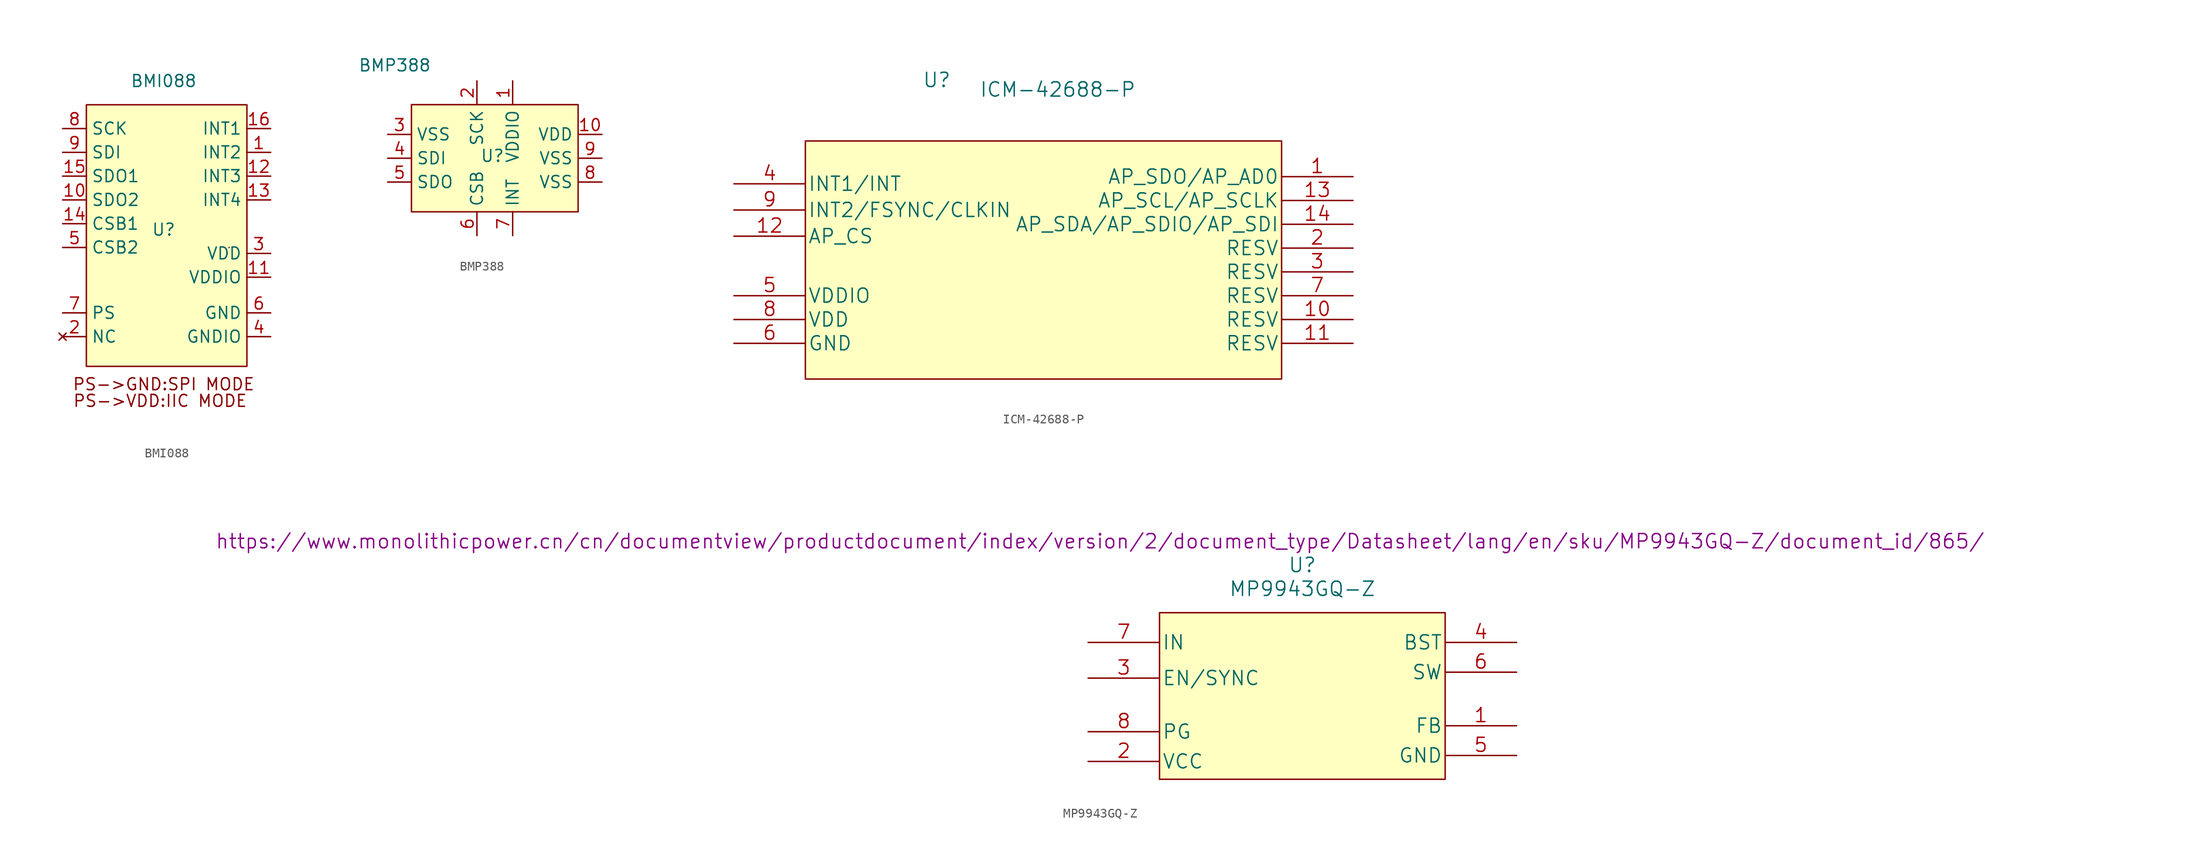
<source format=kicad_sym>
(kicad_symbol_lib
  (version 20220914)
  (generator kicad_symbol_editor)
  (symbol "BMI088"
    (property "Reference" "U"
      (at -0.635 0 0)
      (effects (font (size 1.27 1.27))))
    (property "Value" "BMI088"
      (at -0.635 15.875 0)
      (effects (font (size 1.27 1.27))))
    (symbol "BMI088_0_0"
      (text "PS->GND:SPI MODE" (at -0.635 -16.51 0) (effects (font (size 1.27 1.27))))
      (text "PS->VDD:IIC MODE" (at -1.016 -18.288 0) (effects (font (size 1.27 1.27)))))
    (symbol "BMI088_0_1"
      (rectangle (start 6.35 -1.905) (end 6.35 -1.905) (stroke (width 0) (type default)) (fill (type none)))
      (rectangle (start 8.255 13.335) (end -8.89 -14.605) (stroke (width 0) (type default)) (fill (type background))))
    (symbol "BMI088_1_1"
      (pin output line (at 10.795 8.255 180) (length 2.54) (name "INT2" (effects (font (size 1.27 1.27)))) (number "1" (effects (font (size 1.27 1.27)))))
      (pin bidirectional line (at -11.43 3.175 0) (length 2.54) (name "SDO2" (effects (font (size 1.27 1.27)))) (number "10" (effects (font (size 1.27 1.27)))))
      (pin input line (at 10.795 -5.08 180) (length 2.54) (name "VDDIO" (effects (font (size 1.27 1.27)))) (number "11" (effects (font (size 1.27 1.27)))))
      (pin output line (at 10.795 5.715 180) (length 2.54) (name "INT3" (effects (font (size 1.27 1.27)))) (number "12" (effects (font (size 1.27 1.27)))))
      (pin output line (at 10.795 3.175 180) (length 2.54) (name "INT4" (effects (font (size 1.27 1.27)))) (number "13" (effects (font (size 1.27 1.27)))))
      (pin input line (at -11.43 0.635 0) (length 2.54) (name "CSB1" (effects (font (size 1.27 1.27)))) (number "14" (effects (font (size 1.27 1.27)))))
      (pin bidirectional line (at -11.43 5.715 0) (length 2.54) (name "SDO1" (effects (font (size 1.27 1.27)))) (number "15" (effects (font (size 1.27 1.27)))))
      (pin output line (at 10.795 10.795 180) (length 2.54) (name "INT1" (effects (font (size 1.27 1.27)))) (number "16" (effects (font (size 1.27 1.27)))))
      (pin no_connect line (at -11.43 -11.43 0) (length 2.54) (name "NC" (effects (font (size 1.27 1.27)))) (number "2" (effects (font (size 1.27 1.27)))))
      (pin input line (at 10.795 -2.54 180) (length 2.54) (name "VDD" (effects (font (size 1.27 1.27)))) (number "3" (effects (font (size 1.27 1.27)))))
      (pin input line (at 10.795 -11.43 180) (length 2.54) (name "GNDIO" (effects (font (size 1.27 1.27)))) (number "4" (effects (font (size 1.27 1.27)))))
      (pin input line (at -11.43 -1.905 0) (length 2.54) (name "CSB2" (effects (font (size 1.27 1.27)))) (number "5" (effects (font (size 1.27 1.27)))))
      (pin input line (at 10.795 -8.89 180) (length 2.54) (name "GND" (effects (font (size 1.27 1.27)))) (number "6" (effects (font (size 1.27 1.27)))))
      (pin input line (at -11.43 -8.89 0) (length 2.54) (name "PS" (effects (font (size 1.27 1.27)))) (number "7" (effects (font (size 1.27 1.27)))))
      (pin input line (at -11.43 10.795 0) (length 2.54) (name "SCK" (effects (font (size 1.27 1.27)))) (number "8" (effects (font (size 1.27 1.27)))))
      (pin bidirectional line (at -11.43 8.255 0) (length 2.54) (name "SDI" (effects (font (size 1.27 1.27)))) (number "9" (effects (font (size 1.27 1.27)))))))
  (symbol "BMP388"
    (property "Reference" "U"
      (at -0.254 -2.286 0)
      (effects (font (size 1.27 1.27))))
    (property "Value" "BMP388"
      (at -10.668 7.366 0)
      (effects (font (size 1.27 1.27))))
    (symbol "BMP388_0_1"
      (rectangle (start -8.89 3.175) (end 8.89 -8.255) (stroke (width 0) (type default)) (fill (type background))))
    (symbol "BMP388_1_1"
      (pin input line (at 1.905 5.715 270) (length 2.54) (name "VDDIO" (effects (font (size 1.27 1.27)))) (number "1" (effects (font (size 1.27 1.27)))))
      (pin input line (at 11.43 0 180) (length 2.54) (name "VDD" (effects (font (size 1.27 1.27)))) (number "10" (effects (font (size 1.27 1.27)))))
      (pin input line (at -1.905 5.715 270) (length 2.54) (name "SCK" (effects (font (size 1.27 1.27)))) (number "2" (effects (font (size 1.27 1.27)))))
      (pin input line (at -11.43 0 0) (length 2.54) (name "VSS" (effects (font (size 1.27 1.27)))) (number "3" (effects (font (size 1.27 1.27)))))
      (pin bidirectional line (at -11.43 -2.54 0) (length 2.54) (name "SDI" (effects (font (size 1.27 1.27)))) (number "4" (effects (font (size 1.27 1.27)))))
      (pin bidirectional line (at -11.43 -5.08 0) (length 2.54) (name "SDO" (effects (font (size 1.27 1.27)))) (number "5" (effects (font (size 1.27 1.27)))))
      (pin input line (at -1.905 -10.795 90) (length 2.54) (name "CSB" (effects (font (size 1.27 1.27)))) (number "6" (effects (font (size 1.27 1.27)))))
      (pin bidirectional line (at 1.905 -10.795 90) (length 2.54) (name "INT" (effects (font (size 1.27 1.27)))) (number "7" (effects (font (size 1.27 1.27)))))
      (pin input line (at 11.43 -5.08 180) (length 2.54) (name "VSS" (effects (font (size 1.27 1.27)))) (number "8" (effects (font (size 1.27 1.27)))))
      (pin input line (at 11.43 -2.54 180) (length 2.54) (name "VSS" (effects (font (size 1.27 1.27)))) (number "9" (effects (font (size 1.27 1.27)))))))
  (symbol "ICM-42688-P"
    (pin_names
      (offset 0.254))
    (property "Reference" "U"
      (at 21.641 11.582 0)
      (effects (font (size 1.524 1.524))))
    (property "Value" "ICM-42688-P"
      (at 34.544 10.566 0)
      (effects (font (size 1.524 1.524))))
    (property "Datasheet" ""
      (at 0.025 -2.108 0)
      (effects (font (size 1.524 1.524))))
    (symbol "ICM-42688-P_1_1"
      (rectangle (start 7.62 5.08) (end 58.42 -20.32) (stroke (width 0) (type default)) (fill (type background)))
      (pin output line (at 66.04 1.27 180) (length 7.62) (name "AP_SDO/AP_AD0" (effects (font (size 1.499 1.499)))) (number "1" (effects (font (size 1.499 1.499)))))
      (pin bidirectional line (at 66.04 -13.97 180) (length 7.62) (name "RESV" (effects (font (size 1.499 1.499)))) (number "10" (effects (font (size 1.499 1.499)))))
      (pin bidirectional line (at 66.04 -16.51 180) (length 7.62) (name "RESV" (effects (font (size 1.499 1.499)))) (number "11" (effects (font (size 1.499 1.499)))))
      (pin unspecified line (at 0 -5.08 0) (length 7.62) (name "AP_CS" (effects (font (size 1.499 1.499)))) (number "12" (effects (font (size 1.499 1.499)))))
      (pin input line (at 66.04 -1.27 180) (length 7.62) (name "AP_SCL/AP_SCLK" (effects (font (size 1.499 1.499)))) (number "13" (effects (font (size 1.499 1.499)))))
      (pin input line (at 66.04 -3.81 180) (length 7.62) (name "AP_SDA/AP_SDIO/AP_SDI" (effects (font (size 1.499 1.499)))) (number "14" (effects (font (size 1.499 1.499)))))
      (pin bidirectional line (at 66.04 -6.35 180) (length 7.62) (name "RESV" (effects (font (size 1.499 1.499)))) (number "2" (effects (font (size 1.499 1.499)))))
      (pin bidirectional line (at 66.04 -8.89 180) (length 7.62) (name "RESV" (effects (font (size 1.499 1.499)))) (number "3" (effects (font (size 1.499 1.499)))))
      (pin bidirectional line (at 0 0.508 0) (length 7.62) (name "INT1/INT" (effects (font (size 1.499 1.499)))) (number "4" (effects (font (size 1.499 1.499)))))
      (pin power_in line (at 0 -11.43 0) (length 7.62) (name "VDDIO" (effects (font (size 1.499 1.499)))) (number "5" (effects (font (size 1.499 1.499)))))
      (pin power_in line (at 0 -16.51 0) (length 7.62) (name "GND" (effects (font (size 1.499 1.499)))) (number "6" (effects (font (size 1.499 1.499)))))
      (pin bidirectional line (at 66.04 -11.43 180) (length 7.62) (name "RESV" (effects (font (size 1.499 1.499)))) (number "7" (effects (font (size 1.499 1.499)))))
      (pin power_in line (at 0 -13.97 0) (length 7.62) (name "VDD" (effects (font (size 1.499 1.499)))) (number "8" (effects (font (size 1.499 1.499)))))
      (pin bidirectional line (at 0 -2.286 0) (length 7.62) (name "INT2/FSYNC/CLKIN" (effects (font (size 1.499 1.499)))) (number "9" (effects (font (size 1.499 1.499)))))))
  (symbol "MP9943GQ-Z"
    (pin_names
      (offset 0.254))
    (property "Reference" "U"
      (at 22.86 10.16 0)
      (effects (font (size 1.524 1.524))))
    (property "Value" "MP9943GQ-Z"
      (at 22.86 7.62 0)
      (effects (font (size 1.524 1.524))))
    (property "Datasheet" "https://www.monolithicpower.cn/cn/documentview/productdocument/index/version/2/document_type/Datasheet/lang/en/sku/MP9943GQ-Z/document_id/865/"
      (at 1.27 12.7 0)
      (effects (font (size 1.524 1.524))))
    (symbol "MP9943GQ-Z_1_1"
      (rectangle (start 7.62 5.08) (end 38.1 -12.7) (stroke (width 0) (type default)) (fill (type background)))
      (pin output line (at 45.72 -6.985 180) (length 7.62) (name "FB" (effects (font (size 1.499 1.499)))) (number "1" (effects (font (size 1.499 1.499)))))
      (pin power_out line (at 0 -10.795 0) (length 7.62) (name "VCC" (effects (font (size 1.499 1.499)))) (number "2" (effects (font (size 1.499 1.499)))))
      (pin input line (at 0 -1.905 0) (length 7.62) (name "EN/SYNC" (effects (font (size 1.499 1.499)))) (number "3" (effects (font (size 1.499 1.499)))))
      (pin input line (at 45.72 1.905 180) (length 7.62) (name "BST" (effects (font (size 1.499 1.499)))) (number "4" (effects (font (size 1.499 1.499)))))
      (pin power_in line (at 45.72 -10.16 180) (length 7.62) (name "GND" (effects (font (size 1.499 1.499)))) (number "5" (effects (font (size 1.499 1.499)))))
      (pin output line (at 45.72 -1.27 180) (length 7.62) (name "SW" (effects (font (size 1.499 1.499)))) (number "6" (effects (font (size 1.499 1.499)))))
      (pin input line (at 0 1.905 0) (length 7.62) (name "IN" (effects (font (size 1.499 1.499)))) (number "7" (effects (font (size 1.499 1.499)))))
      (pin output line (at 0 -7.62 0) (length 7.62) (name "PG" (effects (font (size 1.499 1.499)))) (number "8" (effects (font (size 1.499 1.499))))))))
</source>
